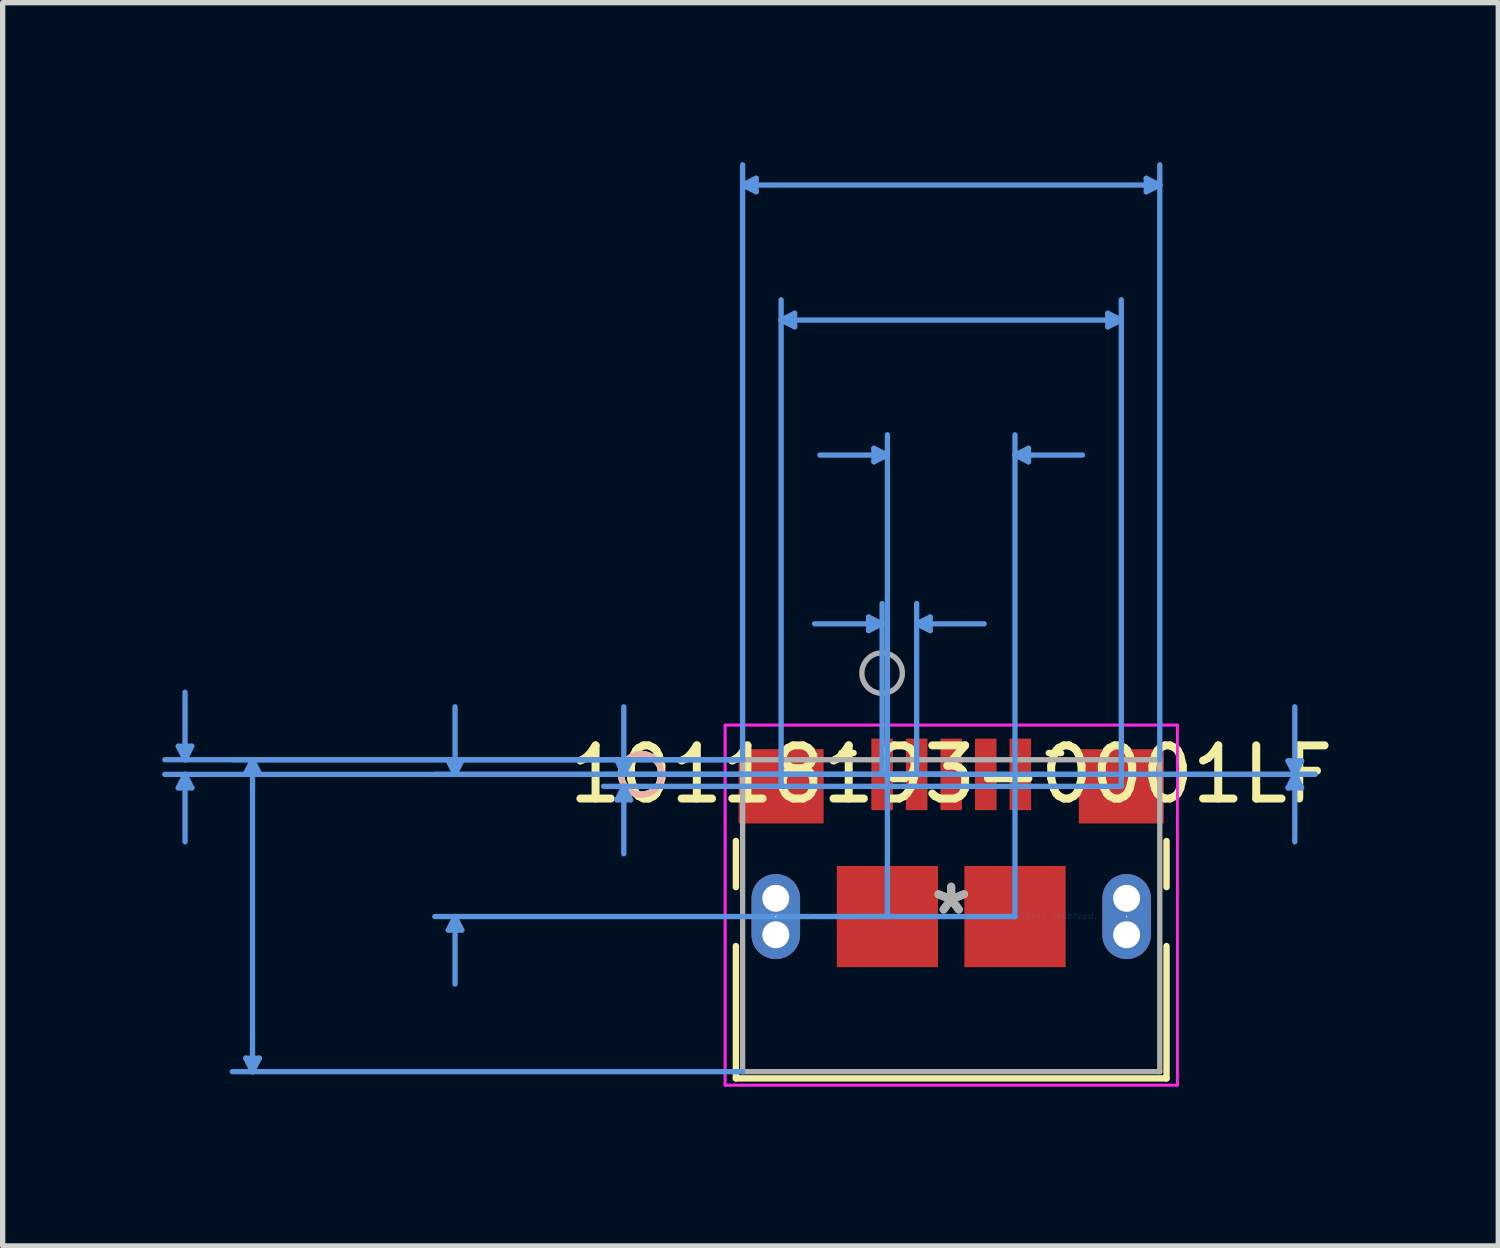
<source format=kicad_pcb>
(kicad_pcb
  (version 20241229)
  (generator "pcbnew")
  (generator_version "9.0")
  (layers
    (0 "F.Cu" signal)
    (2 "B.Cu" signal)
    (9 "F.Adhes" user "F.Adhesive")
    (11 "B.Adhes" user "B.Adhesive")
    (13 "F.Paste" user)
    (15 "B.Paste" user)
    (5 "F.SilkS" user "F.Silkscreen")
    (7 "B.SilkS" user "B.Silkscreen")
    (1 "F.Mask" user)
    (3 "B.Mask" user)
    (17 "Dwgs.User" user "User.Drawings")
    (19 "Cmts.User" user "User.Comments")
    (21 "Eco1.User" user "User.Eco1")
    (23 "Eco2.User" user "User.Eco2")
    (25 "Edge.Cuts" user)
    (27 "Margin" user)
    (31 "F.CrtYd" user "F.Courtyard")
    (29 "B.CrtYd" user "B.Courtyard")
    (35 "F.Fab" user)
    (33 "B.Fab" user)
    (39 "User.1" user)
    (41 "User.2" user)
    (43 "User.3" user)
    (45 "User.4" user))
  (footprint "10118193-0001LF"
    (layer "F.Cu")
    (at 14.845 14.177)
    (property "Reference" "10118193-0001LF" (at 0 -2.659 0) (layer "F.SilkS") (effects (font (size 1 1) (thickness 0.15))))
    (attr through_hole)
    (fp_line (start -4.051 -1.406) (end -4.051 -0.538) (stroke (width 0.12) (type solid)) (layer "F.SilkS"))
    (fp_line (start -4.051 0.571) (end -4.051 3.061) (stroke (width 0.12) (type solid)) (layer "F.SilkS"))
    (fp_line (start -4.051 3.061) (end 4.051 3.061) (stroke (width 0.12) (type solid)) (layer "F.SilkS"))
    (fp_line (start -1.836 -3.061) (end -2.067 -3.061) (stroke (width 0.12) (type solid)) (layer "F.SilkS"))
    (fp_line (start 2.067 -3.061) (end 1.836 -3.061) (stroke (width 0.12) (type solid)) (layer "F.SilkS"))
    (fp_line (start 4.051 -0.538) (end 4.051 -1.406) (stroke (width 0.12) (type solid)) (layer "F.SilkS"))
    (fp_line (start 4.051 3.061) (end 4.051 0.571) (stroke (width 0.12) (type solid)) (layer "F.SilkS"))
    (fp_circle (center -5.829 -2.659) (end -5.448 -2.659) (stroke (width 0.12) (type solid)) (fill no) (layer "F.SilkS"))
    (fp_circle (center -5.829 -2.659) (end -5.448 -2.659) (stroke (width 0.12) (type solid)) (fill no) (layer "B.SilkS"))
    (fp_line (start -14.541 -3.188) (end -14.287 -3.188) (stroke (width 0.1) (type solid)) (layer "Cmts.User"))
    (fp_line (start -14.541 -2.405) (end -14.287 -2.405) (stroke (width 0.1) (type solid)) (layer "Cmts.User"))
    (fp_line (start -14.414 -2.934) (end -14.541 -3.188) (stroke (width 0.1) (type solid)) (layer "Cmts.User"))
    (fp_line (start -14.414 -2.934) (end -14.414 -4.204) (stroke (width 0.1) (type solid)) (layer "Cmts.User"))
    (fp_line (start -14.414 -2.934) (end -14.287 -3.188) (stroke (width 0.1) (type solid)) (layer "Cmts.User"))
    (fp_line (start -14.414 -2.659) (end -14.541 -2.405) (stroke (width 0.1) (type solid)) (layer "Cmts.User"))
    (fp_line (start -14.414 -2.659) (end -14.414 -1.389) (stroke (width 0.1) (type solid)) (layer "Cmts.User"))
    (fp_line (start -14.414 -2.659) (end -14.287 -2.405) (stroke (width 0.1) (type solid)) (layer "Cmts.User"))
    (fp_line (start -13.271 -2.68) (end -13.017 -2.68) (stroke (width 0.1) (type solid)) (layer "Cmts.User"))
    (fp_line (start -13.271 2.68) (end -13.017 2.68) (stroke (width 0.1) (type solid)) (layer "Cmts.User"))
    (fp_line (start -13.144 -2.934) (end -13.271 -2.68) (stroke (width 0.1) (type solid)) (layer "Cmts.User"))
    (fp_line (start -13.144 -2.934) (end -13.144 2.934) (stroke (width 0.1) (type solid)) (layer "Cmts.User"))
    (fp_line (start -13.144 -2.934) (end -13.017 -2.68) (stroke (width 0.1) (type solid)) (layer "Cmts.User"))
    (fp_line (start -13.144 2.934) (end -13.271 2.68) (stroke (width 0.1) (type solid)) (layer "Cmts.User"))
    (fp_line (start -13.144 2.934) (end -13.017 2.68) (stroke (width 0.1) (type solid)) (layer "Cmts.User"))
    (fp_line (start -9.461 -2.913) (end -9.207 -2.913) (stroke (width 0.1) (type solid)) (layer "Cmts.User"))
    (fp_line (start -9.461 0.27) (end -9.207 0.27) (stroke (width 0.1) (type solid)) (layer "Cmts.User"))
    (fp_line (start -9.334 -2.659) (end -9.461 -2.913) (stroke (width 0.1) (type solid)) (layer "Cmts.User"))
    (fp_line (start -9.334 -2.659) (end -9.334 -3.929) (stroke (width 0.1) (type solid)) (layer "Cmts.User"))
    (fp_line (start -9.334 -2.659) (end -9.207 -2.913) (stroke (width 0.1) (type solid)) (layer "Cmts.User"))
    (fp_line (start -9.334 0.016) (end -9.461 0.27) (stroke (width 0.1) (type solid)) (layer "Cmts.User"))
    (fp_line (start -9.334 0.016) (end -9.334 1.286) (stroke (width 0.1) (type solid)) (layer "Cmts.User"))
    (fp_line (start -9.334 0.016) (end -9.207 0.27) (stroke (width 0.1) (type solid)) (layer "Cmts.User"))
    (fp_line (start -6.286 -2.913) (end -6.032 -2.913) (stroke (width 0.1) (type solid)) (layer "Cmts.User"))
    (fp_line (start -6.286 -2.18) (end -6.032 -2.18) (stroke (width 0.1) (type solid)) (layer "Cmts.User"))
    (fp_line (start -6.159 -2.659) (end -6.286 -2.913) (stroke (width 0.1) (type solid)) (layer "Cmts.User"))
    (fp_line (start -6.159 -2.659) (end -6.159 -3.929) (stroke (width 0.1) (type solid)) (layer "Cmts.User"))
    (fp_line (start -6.159 -2.659) (end -6.032 -2.913) (stroke (width 0.1) (type solid)) (layer "Cmts.User"))
    (fp_line (start -6.159 -2.434) (end -6.286 -2.18) (stroke (width 0.1) (type solid)) (layer "Cmts.User"))
    (fp_line (start -6.159 -2.434) (end -6.159 -1.164) (stroke (width 0.1) (type solid)) (layer "Cmts.User"))
    (fp_line (start -6.159 -2.434) (end -6.032 -2.18) (stroke (width 0.1) (type solid)) (layer "Cmts.User"))
    (fp_line (start -3.924 -13.746) (end -3.67 -13.873) (stroke (width 0.1) (type solid)) (layer "Cmts.User"))
    (fp_line (start -3.924 -13.746) (end -3.67 -13.619) (stroke (width 0.1) (type solid)) (layer "Cmts.User"))
    (fp_line (start -3.924 -13.746) (end 3.924 -13.746) (stroke (width 0.1) (type solid)) (layer "Cmts.User"))
    (fp_line (start -3.924 -2.934) (end -14.795 -2.934) (stroke (width 0.1) (type solid)) (layer "Cmts.User"))
    (fp_line (start -3.924 -2.934) (end -13.525 -2.934) (stroke (width 0.1) (type solid)) (layer "Cmts.User"))
    (fp_line (start -3.924 -2.934) (end -3.924 -14.127) (stroke (width 0.1) (type solid)) (layer "Cmts.User"))
    (fp_line (start -3.924 2.934) (end -13.525 2.934) (stroke (width 0.1) (type solid)) (layer "Cmts.User"))
    (fp_line (start -3.67 -13.873) (end -3.67 -13.619) (stroke (width 0.1) (type solid)) (layer "Cmts.User"))
    (fp_line (start -3.2 -11.206) (end -2.946 -11.333) (stroke (width 0.1) (type solid)) (layer "Cmts.User"))
    (fp_line (start -3.2 -11.206) (end -2.946 -11.079) (stroke (width 0.1) (type solid)) (layer "Cmts.User"))
    (fp_line (start -3.2 -11.206) (end 3.2 -11.206) (stroke (width 0.1) (type solid)) (layer "Cmts.User"))
    (fp_line (start -3.2 -2.434) (end -3.2 -11.587) (stroke (width 0.1) (type solid)) (layer "Cmts.User"))
    (fp_line (start -2.946 -11.333) (end -2.946 -11.079) (stroke (width 0.1) (type solid)) (layer "Cmts.User"))
    (fp_line (start -1.554 -5.618) (end -1.554 -5.364) (stroke (width 0.1) (type solid)) (layer "Cmts.User"))
    (fp_line (start -1.454 -8.793) (end -1.454 -8.539) (stroke (width 0.1) (type solid)) (layer "Cmts.User"))
    (fp_line (start -1.3 -5.491) (end -2.57 -5.491) (stroke (width 0.1) (type solid)) (layer "Cmts.User"))
    (fp_line (start -1.3 -5.491) (end -1.554 -5.618) (stroke (width 0.1) (type solid)) (layer "Cmts.User"))
    (fp_line (start -1.3 -5.491) (end -1.554 -5.364) (stroke (width 0.1) (type solid)) (layer "Cmts.User"))
    (fp_line (start -1.3 -2.659) (end -1.3 -5.872) (stroke (width 0.1) (type solid)) (layer "Cmts.User"))
    (fp_line (start -1.3 -2.659) (end 6.845 -2.659) (stroke (width 0.1) (type solid)) (layer "Cmts.User"))
    (fp_line (start -1.3 -2.659) (end 6.845 -2.659) (stroke (width 0.1) (type solid)) (layer "Cmts.User"))
    (fp_line (start -1.2 -8.666) (end -2.47 -8.666) (stroke (width 0.1) (type solid)) (layer "Cmts.User"))
    (fp_line (start -1.2 -8.666) (end -1.454 -8.793) (stroke (width 0.1) (type solid)) (layer "Cmts.User"))
    (fp_line (start -1.2 -8.666) (end -1.454 -8.539) (stroke (width 0.1) (type solid)) (layer "Cmts.User"))
    (fp_line (start -1.2 0.016) (end -1.2 -9.047) (stroke (width 0.1) (type solid)) (layer "Cmts.User"))
    (fp_line (start -0.65 -5.491) (end -0.396 -5.618) (stroke (width 0.1) (type solid)) (layer "Cmts.User"))
    (fp_line (start -0.65 -5.491) (end -0.396 -5.364) (stroke (width 0.1) (type solid)) (layer "Cmts.User"))
    (fp_line (start -0.65 -5.491) (end 0.62 -5.491) (stroke (width 0.1) (type solid)) (layer "Cmts.User"))
    (fp_line (start -0.65 -2.659) (end -0.65 -5.872) (stroke (width 0.1) (type solid)) (layer "Cmts.User"))
    (fp_line (start -0.396 -5.618) (end -0.396 -5.364) (stroke (width 0.1) (type solid)) (layer "Cmts.User"))
    (fp_line (start 0 -2.659) (end -14.795 -2.659) (stroke (width 0.1) (type solid)) (layer "Cmts.User"))
    (fp_line (start 0 -2.659) (end -9.715 -2.659) (stroke (width 0.1) (type solid)) (layer "Cmts.User"))
    (fp_line (start 0 -2.659) (end -6.54 -2.659) (stroke (width 0.1) (type solid)) (layer "Cmts.User"))
    (fp_line (start 1.2 -8.666) (end 1.454 -8.793) (stroke (width 0.1) (type solid)) (layer "Cmts.User"))
    (fp_line (start 1.2 -8.666) (end 1.454 -8.539) (stroke (width 0.1) (type solid)) (layer "Cmts.User"))
    (fp_line (start 1.2 -8.666) (end 2.47 -8.666) (stroke (width 0.1) (type solid)) (layer "Cmts.User"))
    (fp_line (start 1.2 0.016) (end -9.715 0.016) (stroke (width 0.1) (type solid)) (layer "Cmts.User"))
    (fp_line (start 1.2 0.016) (end 1.2 -9.047) (stroke (width 0.1) (type solid)) (layer "Cmts.User"))
    (fp_line (start 1.454 -8.793) (end 1.454 -8.539) (stroke (width 0.1) (type solid)) (layer "Cmts.User"))
    (fp_line (start 2.946 -11.333) (end 2.946 -11.079) (stroke (width 0.1) (type solid)) (layer "Cmts.User"))
    (fp_line (start 3.2 -11.206) (end 2.946 -11.333) (stroke (width 0.1) (type solid)) (layer "Cmts.User"))
    (fp_line (start 3.2 -11.206) (end 2.946 -11.079) (stroke (width 0.1) (type solid)) (layer "Cmts.User"))
    (fp_line (start 3.2 -2.434) (end -6.54 -2.434) (stroke (width 0.1) (type solid)) (layer "Cmts.User"))
    (fp_line (start 3.2 -2.434) (end 3.2 -11.587) (stroke (width 0.1) (type solid)) (layer "Cmts.User"))
    (fp_line (start 3.67 -13.873) (end 3.67 -13.619) (stroke (width 0.1) (type solid)) (layer "Cmts.User"))
    (fp_line (start 3.924 -13.746) (end 3.67 -13.873) (stroke (width 0.1) (type solid)) (layer "Cmts.User"))
    (fp_line (start 3.924 -13.746) (end 3.67 -13.619) (stroke (width 0.1) (type solid)) (layer "Cmts.User"))
    (fp_line (start 3.924 -2.934) (end 3.924 -14.127) (stroke (width 0.1) (type solid)) (layer "Cmts.User"))
    (fp_line (start 6.337 -2.913) (end 6.591 -2.913) (stroke (width 0.1) (type solid)) (layer "Cmts.User"))
    (fp_line (start 6.337 -2.405) (end 6.591 -2.405) (stroke (width 0.1) (type solid)) (layer "Cmts.User"))
    (fp_line (start 6.464 -2.659) (end 6.337 -2.913) (stroke (width 0.1) (type solid)) (layer "Cmts.User"))
    (fp_line (start 6.464 -2.659) (end 6.337 -2.405) (stroke (width 0.1) (type solid)) (layer "Cmts.User"))
    (fp_line (start 6.464 -2.659) (end 6.464 -3.929) (stroke (width 0.1) (type solid)) (layer "Cmts.User"))
    (fp_line (start 6.464 -2.659) (end 6.464 -1.389) (stroke (width 0.1) (type solid)) (layer "Cmts.User"))
    (fp_line (start 6.464 -2.659) (end 6.591 -2.913) (stroke (width 0.1) (type solid)) (layer "Cmts.User"))
    (fp_line (start 6.464 -2.659) (end 6.591 -2.405) (stroke (width 0.1) (type solid)) (layer "Cmts.User"))
    (fp_line (start -4.254 -3.586) (end -4.254 3.188) (stroke (width 0.05) (type solid)) (layer "F.CrtYd"))
    (fp_line (start -4.254 -3.586) (end -4.254 3.188) (stroke (width 0.05) (type solid)) (layer "F.CrtYd"))
    (fp_line (start -4.254 3.188) (end 4.254 3.188) (stroke (width 0.05) (type solid)) (layer "F.CrtYd"))
    (fp_line (start -4.254 3.188) (end 4.254 3.188) (stroke (width 0.05) (type solid)) (layer "F.CrtYd"))
    (fp_line (start 4.254 -3.586) (end -4.254 -3.586) (stroke (width 0.05) (type solid)) (layer "F.CrtYd"))
    (fp_line (start 4.254 -3.586) (end -4.254 -3.586) (stroke (width 0.05) (type solid)) (layer "F.CrtYd"))
    (fp_line (start 4.254 3.188) (end 4.254 -3.586) (stroke (width 0.05) (type solid)) (layer "F.CrtYd"))
    (fp_line (start 4.254 3.188) (end 4.254 -3.586) (stroke (width 0.05) (type solid)) (layer "F.CrtYd"))
    (fp_line (start -3.924 -2.934) (end -3.924 2.934) (stroke (width 0.1) (type solid)) (layer "F.Fab"))
    (fp_line (start -3.924 2.934) (end 3.924 2.934) (stroke (width 0.1) (type solid)) (layer "F.Fab"))
    (fp_line (start 3.924 -2.934) (end -3.924 -2.934) (stroke (width 0.1) (type solid)) (layer "F.Fab"))
    (fp_line (start 3.924 2.934) (end 3.924 -2.934) (stroke (width 0.1) (type solid)) (layer "F.Fab"))
    (fp_circle (center -1.3 -4.564) (end -0.919 -4.564) (stroke (width 0.1) (type solid)) (fill no) (layer "F.Fab"))
    (fp_text user "*" (at 0 0 0) (layer "F.SilkS") (effects (font (size 1 1) (thickness 0.15))))
    (fp_text user "Copyright 2021 Accelerated Designs. All rights reserved." (at 0 0 0) (layer "Cmts.User") (effects (font (size 0.127 0.127) (thickness 0.002))))
    (fp_text user "*" (at 0 0 0) (layer "F.Fab") (effects (font (size 1 1) (thickness 0.15))))
    (pad "" np_thru_hole circle (at -3.3 -0.327) (size 0.508 0.508) (drill 0.508) (layers "*.Cu" "*.Mask"))
    (pad "" np_thru_hole circle (at -3.3 0.359) (size 0.508 0.508) (drill 0.508) (layers "*.Cu" "*.Mask"))
    (pad "" np_thru_hole circle (at 3.3 -0.327) (size 0.508 0.508) (drill 0.508) (layers "*.Cu" "*.Mask"))
    (pad "" np_thru_hole circle (at 3.3 0.359) (size 0.508 0.508) (drill 0.508) (layers "*.Cu" "*.Mask"))
    (pad "1" smd rect (at -1.3 -2.659) (size 0.406 1.346) (layers "F.Cu" "F.Mask" "F.Paste"))
    (pad "2" smd rect (at -0.65 -2.659) (size 0.406 1.346) (layers "F.Cu" "F.Mask" "F.Paste"))
    (pad "3" smd rect (at 0 -2.659) (size 0.406 1.346) (layers "F.Cu" "F.Mask" "F.Paste"))
    (pad "4" smd rect (at 0.65 -2.659) (size 0.406 1.346) (layers "F.Cu" "F.Mask" "F.Paste"))
    (pad "5" smd rect (at 1.3 -2.659) (size 0.406 1.346) (layers "F.Cu" "F.Mask" "F.Paste"))
    (pad "6" smd rect (at -3.2 -2.434) (size 1.6 1.397) (layers "F.Cu" "F.Mask" "F.Paste"))
    (pad "7" smd rect (at 3.2 -2.434) (size 1.6 1.397) (layers "F.Cu" "F.Mask" "F.Paste"))
    (pad "8" smd rect (at -1.2 0.016) (size 1.905 1.905) (layers "F.Cu" "F.Mask" "F.Paste"))
    (pad "9" smd rect (at 1.2 0.016) (size 1.905 1.905) (layers "F.Cu" "F.Mask" "F.Paste"))
    (pad "S_1" thru_hole oval (at -3.3 0.016 90) (size 1.6 0.914) (drill 0.025) (layers "*.Cu" "*.Mask"))
    (pad "S_2" thru_hole oval (at 3.3 0.016 90) (size 1.6 0.914) (drill 0.025) (layers "*.Cu" "*.Mask")))
  (gr_rect
    (start -3 -3)
    (end 25.137 20.389)
    (stroke (width 0.1) (type default))
    (fill no)
    (layer "Edge.Cuts")))
</source>
